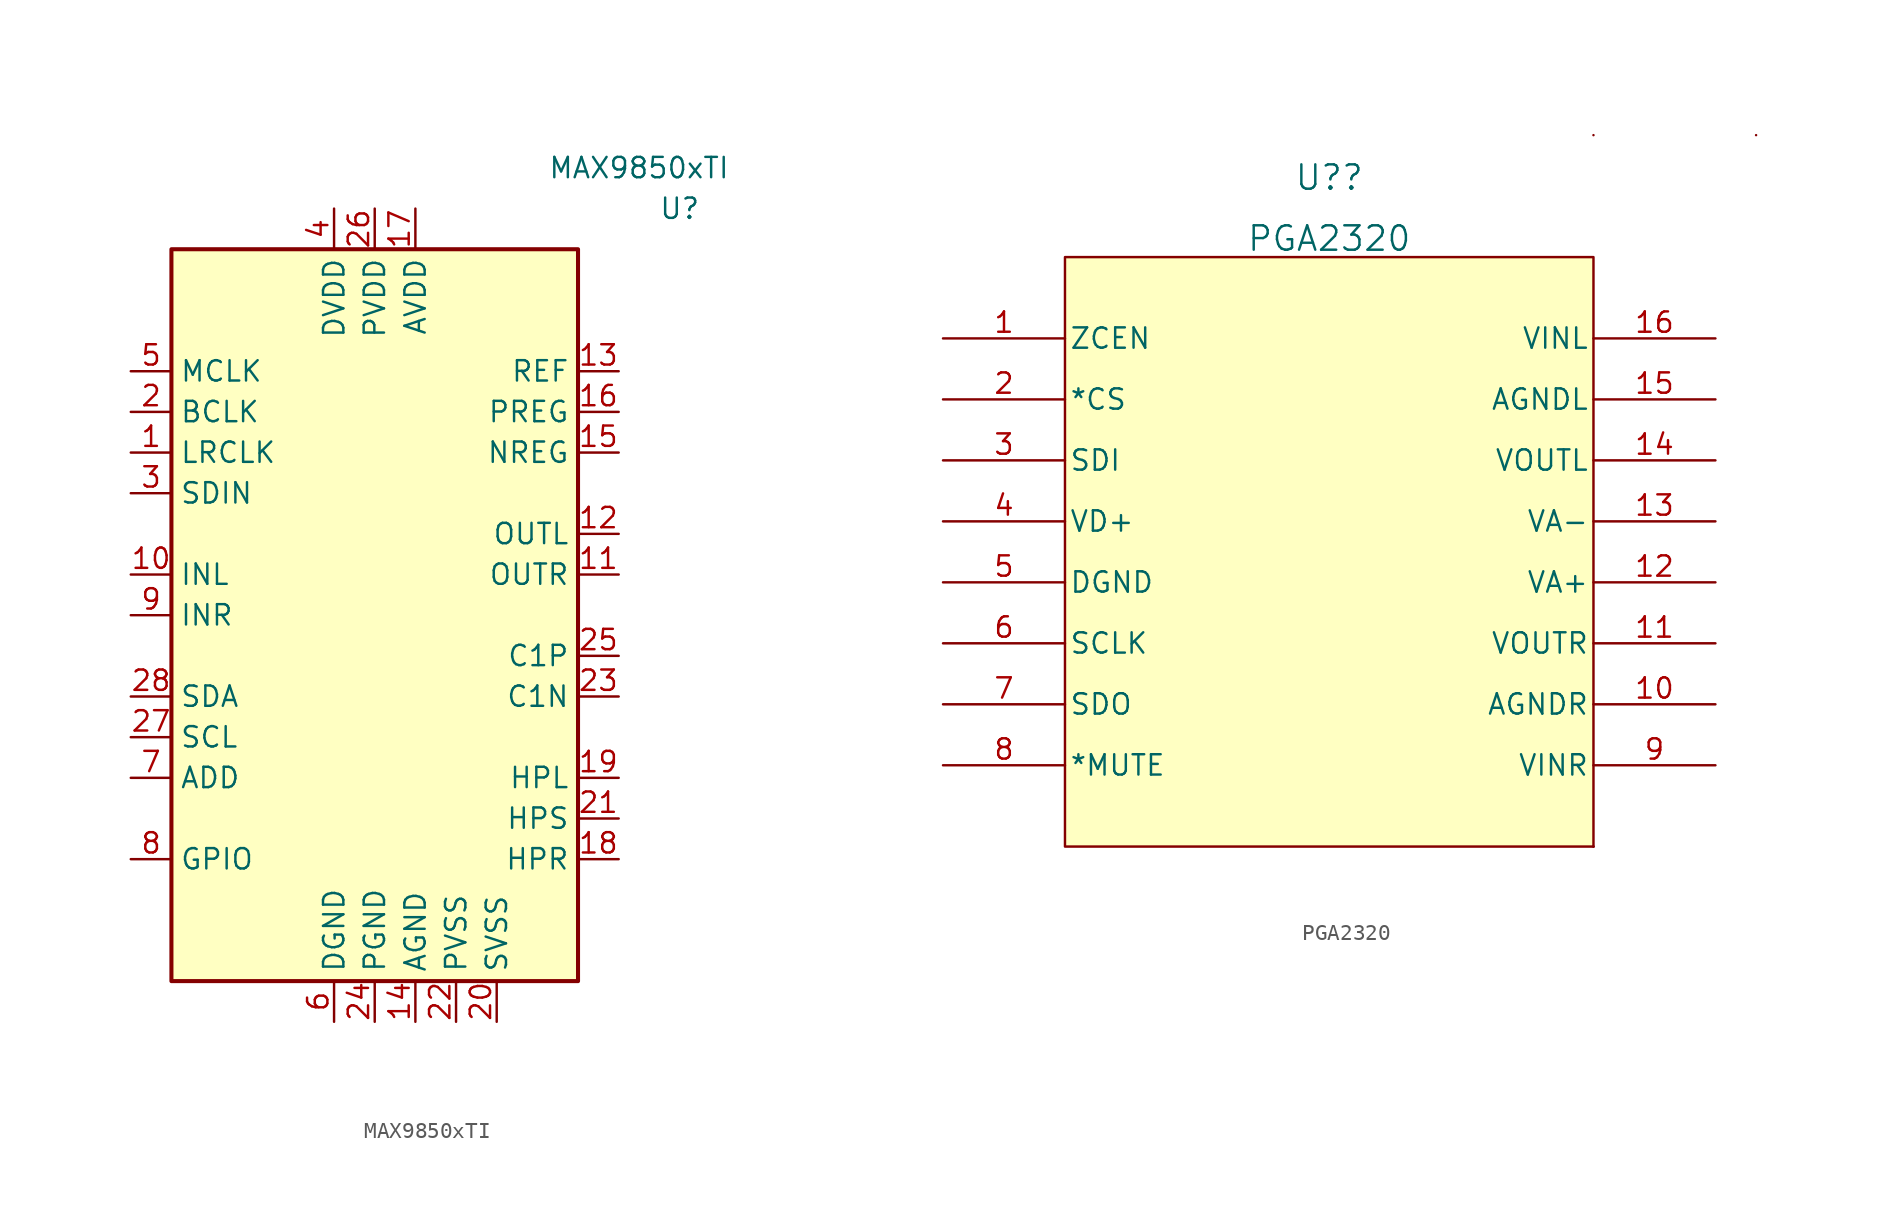
<source format=kicad_sym>
(kicad_symbol_lib
  (version 20220914)
  (generator kicad_symbol_editor)
  (symbol "MAX9850xTI"
    (property "Reference" "U"
      (at 19.05 25.4 0)
      (effects (font (size 1.27 1.27))))
    (property "Value" "MAX9850xTI"
      (at 16.51 27.94 0)
      (effects (font (size 1.27 1.27))))
    (symbol "MAX9850xTI_0_1"
      (rectangle (start -12.7 22.86) (end 12.7 -22.86) (stroke (width 0.254) (type default)) (fill (type background))))
    (symbol "MAX9850xTI_1_1"
      (pin bidirectional line (at -15.24 10.16 0) (length 2.54) (name "LRCLK" (effects (font (size 1.27 1.27)))) (number "1" (effects (font (size 1.27 1.27)))))
      (pin input line (at -15.24 2.54 0) (length 2.54) (name "INL" (effects (font (size 1.27 1.27)))) (number "10" (effects (font (size 1.27 1.27)))))
      (pin output line (at 15.24 2.54 180) (length 2.54) (name "OUTR" (effects (font (size 1.27 1.27)))) (number "11" (effects (font (size 1.27 1.27)))))
      (pin output line (at 15.24 5.08 180) (length 2.54) (name "OUTL" (effects (font (size 1.27 1.27)))) (number "12" (effects (font (size 1.27 1.27)))))
      (pin power_out line (at 15.24 15.24 180) (length 2.54) (name "REF" (effects (font (size 1.27 1.27)))) (number "13" (effects (font (size 1.27 1.27)))))
      (pin power_in line (at 2.54 -25.4 90) (length 2.54) (name "AGND" (effects (font (size 1.27 1.27)))) (number "14" (effects (font (size 1.27 1.27)))))
      (pin power_out line (at 15.24 10.16 180) (length 2.54) (name "NREG" (effects (font (size 1.27 1.27)))) (number "15" (effects (font (size 1.27 1.27)))))
      (pin power_out line (at 15.24 12.7 180) (length 2.54) (name "PREG" (effects (font (size 1.27 1.27)))) (number "16" (effects (font (size 1.27 1.27)))))
      (pin power_in line (at 2.54 25.4 270) (length 2.54) (name "AVDD" (effects (font (size 1.27 1.27)))) (number "17" (effects (font (size 1.27 1.27)))))
      (pin output line (at 15.24 -15.24 180) (length 2.54) (name "HPR" (effects (font (size 1.27 1.27)))) (number "18" (effects (font (size 1.27 1.27)))))
      (pin output line (at 15.24 -10.16 180) (length 2.54) (name "HPL" (effects (font (size 1.27 1.27)))) (number "19" (effects (font (size 1.27 1.27)))))
      (pin bidirectional line (at -15.24 12.7 0) (length 2.54) (name "BCLK" (effects (font (size 1.27 1.27)))) (number "2" (effects (font (size 1.27 1.27)))))
      (pin power_in line (at 7.62 -25.4 90) (length 2.54) (name "SVSS" (effects (font (size 1.27 1.27)))) (number "20" (effects (font (size 1.27 1.27)))))
      (pin input line (at 15.24 -12.7 180) (length 2.54) (name "HPS" (effects (font (size 1.27 1.27)))) (number "21" (effects (font (size 1.27 1.27)))))
      (pin power_in line (at 5.08 -25.4 90) (length 2.54) (name "PVSS" (effects (font (size 1.27 1.27)))) (number "22" (effects (font (size 1.27 1.27)))))
      (pin passive line (at 15.24 -5.08 180) (length 2.54) (name "C1N" (effects (font (size 1.27 1.27)))) (number "23" (effects (font (size 1.27 1.27)))))
      (pin power_in line (at 0 -25.4 90) (length 2.54) (name "PGND" (effects (font (size 1.27 1.27)))) (number "24" (effects (font (size 1.27 1.27)))))
      (pin passive line (at 15.24 -2.54 180) (length 2.54) (name "C1P" (effects (font (size 1.27 1.27)))) (number "25" (effects (font (size 1.27 1.27)))))
      (pin power_in line (at 0 25.4 270) (length 2.54) (name "PVDD" (effects (font (size 1.27 1.27)))) (number "26" (effects (font (size 1.27 1.27)))))
      (pin bidirectional line (at -15.24 -7.62 0) (length 2.54) (name "SCL" (effects (font (size 1.27 1.27)))) (number "27" (effects (font (size 1.27 1.27)))))
      (pin bidirectional line (at -15.24 -5.08 0) (length 2.54) (name "SDA" (effects (font (size 1.27 1.27)))) (number "28" (effects (font (size 1.27 1.27)))))
      (pin passive line (at 2.54 -25.4 90) (length 2.54) hide (name "AGND" (effects (font (size 1.27 1.27)))) (number "29" (effects (font (size 1.27 1.27)))))
      (pin input line (at -15.24 7.62 0) (length 2.54) (name "SDIN" (effects (font (size 1.27 1.27)))) (number "3" (effects (font (size 1.27 1.27)))))
      (pin power_in line (at -2.54 25.4 270) (length 2.54) (name "DVDD" (effects (font (size 1.27 1.27)))) (number "4" (effects (font (size 1.27 1.27)))))
      (pin input line (at -15.24 15.24 0) (length 2.54) (name "MCLK" (effects (font (size 1.27 1.27)))) (number "5" (effects (font (size 1.27 1.27)))))
      (pin power_in line (at -2.54 -25.4 90) (length 2.54) (name "DGND" (effects (font (size 1.27 1.27)))) (number "6" (effects (font (size 1.27 1.27)))))
      (pin input line (at -15.24 -10.16 0) (length 2.54) (name "ADD" (effects (font (size 1.27 1.27)))) (number "7" (effects (font (size 1.27 1.27)))))
      (pin bidirectional line (at -15.24 -15.24 0) (length 2.54) (name "GPIO" (effects (font (size 1.27 1.27)))) (number "8" (effects (font (size 1.27 1.27)))))
      (pin input line (at -15.24 0 0) (length 2.54) (name "INR" (effects (font (size 1.27 1.27)))) (number "9" (effects (font (size 1.27 1.27)))))))
  (symbol "PGA2320"
    (pin_names
      (offset 0.254))
    (property "Reference" "U?"
      (at 16.51 4.97 0)
      (effects (font (size 1.524 1.524))))
    (property "Value" "PGA2320"
      (at 16.51 1.16 0)
      (effects (font (size 1.524 1.524))))
    (symbol "PGA2320_0_1"
      (rectangle (start 33.02 -36.83) (end 33.02 -36.83) (stroke (width 0) (type default)) (fill (type none)))
      (rectangle (start 33.02 -36.83) (end 33.02 -36.83) (stroke (width 0) (type default)) (fill (type none)))
      (arc (start 33.02 7.62) (mid 33.02 7.62) (end 33.02 7.62) (stroke (width 0) (type default)) (fill (type none)))
      (arc (start 43.18 7.62) (mid 43.18 7.62) (end 43.18 7.62) (stroke (width 0) (type default)) (fill (type none)))
      (pin input line (at -7.62 -5.08 0) (length 7.62) (name "ZCEN" (effects (font (size 1.27 1.27)))) (number "1" (effects (font (size 1.27 1.27)))))
      (pin power_in line (at 40.64 -27.94 180) (length 7.62) (name "AGNDR" (effects (font (size 1.27 1.27)))) (number "10" (effects (font (size 1.27 1.27)))))
      (pin output line (at 40.64 -24.13 180) (length 7.62) (name "VOUTR" (effects (font (size 1.27 1.27)))) (number "11" (effects (font (size 1.27 1.27)))))
      (pin power_in line (at 40.64 -20.32 180) (length 7.62) (name "VA+" (effects (font (size 1.27 1.27)))) (number "12" (effects (font (size 1.27 1.27)))))
      (pin power_in line (at 40.64 -16.51 180) (length 7.62) (name "VA-" (effects (font (size 1.27 1.27)))) (number "13" (effects (font (size 1.27 1.27)))))
      (pin output line (at 40.64 -12.7 180) (length 7.62) (name "VOUTL" (effects (font (size 1.27 1.27)))) (number "14" (effects (font (size 1.27 1.27)))))
      (pin power_in line (at 40.64 -8.89 180) (length 7.62) (name "AGNDL" (effects (font (size 1.27 1.27)))) (number "15" (effects (font (size 1.27 1.27)))))
      (pin input line (at 40.64 -5.08 180) (length 7.62) (name "VINL" (effects (font (size 1.27 1.27)))) (number "16" (effects (font (size 1.27 1.27)))))
      (pin input line (at -7.62 -8.89 0) (length 7.62) (name "*CS" (effects (font (size 1.27 1.27)))) (number "2" (effects (font (size 1.27 1.27)))))
      (pin input line (at -7.62 -12.7 0) (length 7.62) (name "SDI" (effects (font (size 1.27 1.27)))) (number "3" (effects (font (size 1.27 1.27)))))
      (pin power_in line (at -7.62 -16.51 0) (length 7.62) (name "VD+" (effects (font (size 1.27 1.27)))) (number "4" (effects (font (size 1.27 1.27)))))
      (pin power_in line (at -7.62 -20.32 0) (length 7.62) (name "DGND" (effects (font (size 1.27 1.27)))) (number "5" (effects (font (size 1.27 1.27)))))
      (pin input line (at -7.62 -24.13 0) (length 7.62) (name "SCLK" (effects (font (size 1.27 1.27)))) (number "6" (effects (font (size 1.27 1.27)))))
      (pin output line (at -7.62 -27.94 0) (length 7.62) (name "SDO" (effects (font (size 1.27 1.27)))) (number "7" (effects (font (size 1.27 1.27)))))
      (pin input line (at -7.62 -31.75 0) (length 7.62) (name "*MUTE" (effects (font (size 1.27 1.27)))) (number "8" (effects (font (size 1.27 1.27)))))
      (pin input line (at 40.64 -31.75 180) (length 7.62) (name "VINR" (effects (font (size 1.27 1.27)))) (number "9" (effects (font (size 1.27 1.27))))))
    (symbol "PGA2320_1_1"
      (rectangle (start 0 0) (end 33.02 -36.83) (stroke (width 0) (type default)) (fill (type background))))))
</source>
